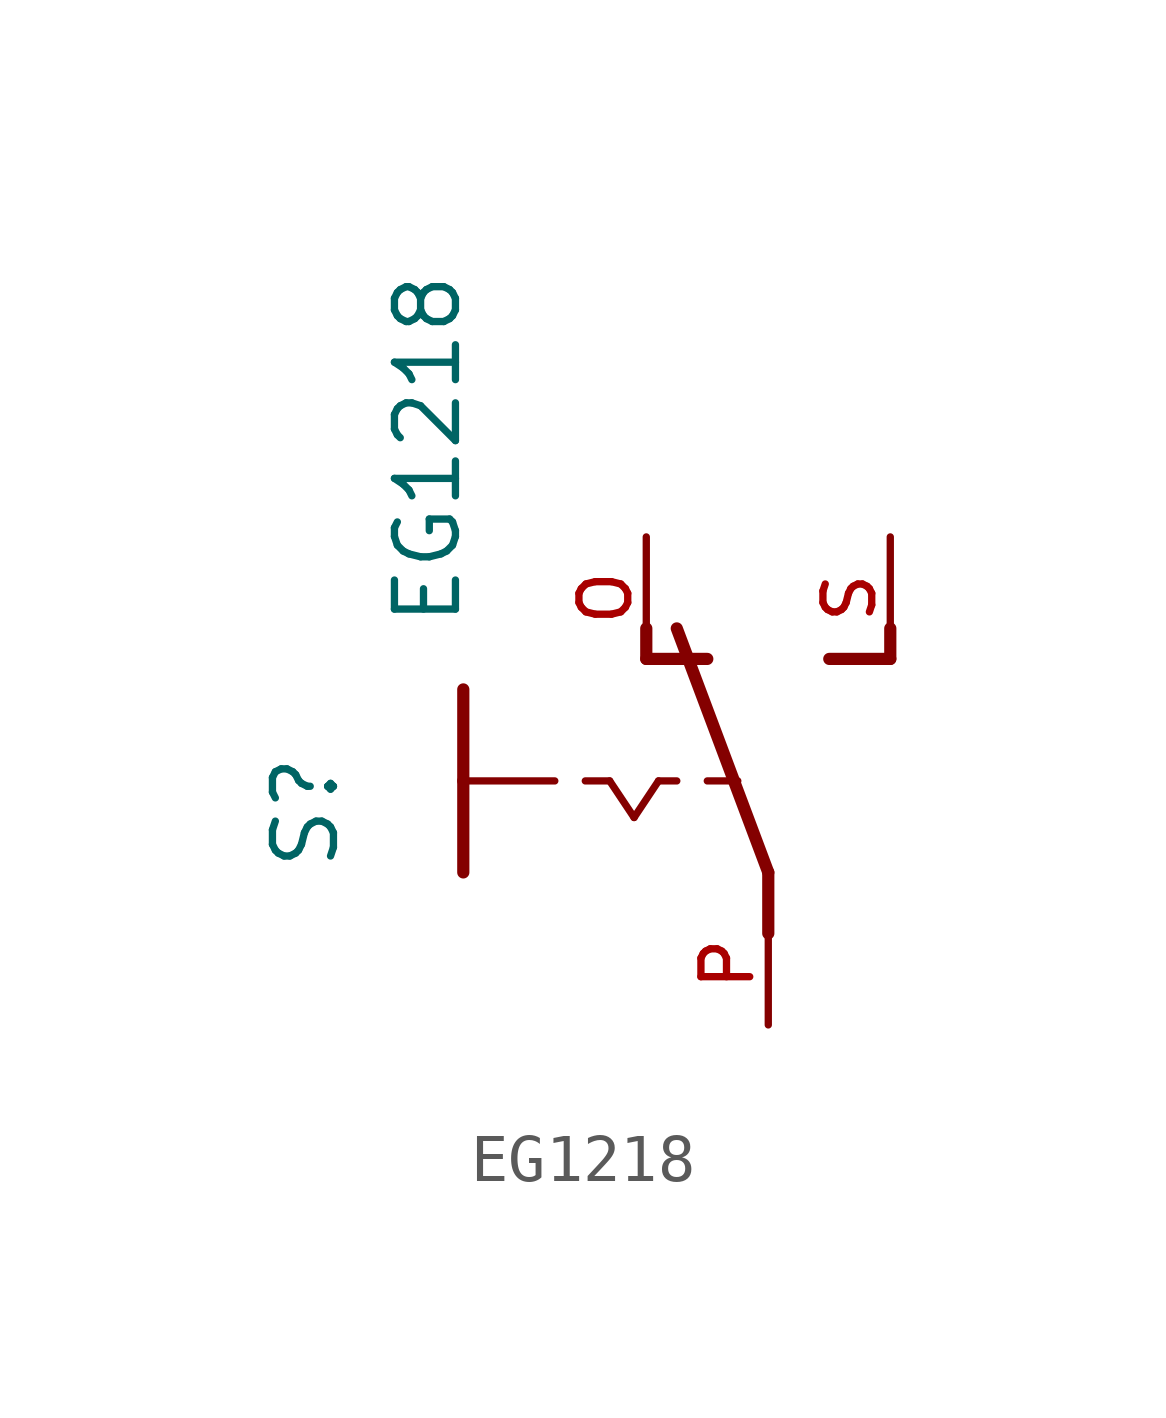
<source format=kicad_sym>
(kicad_symbol_lib
  (version 20211014)
  (generator kicad_symbol_editor)
  (symbol "EG1218"
    (pin_names
      (offset 1.016))
    (property "Reference" "S"
      (at -6.35 -1.905 90.0)
      (effects (font (size 1.27 1.27)) (justify bottom left)))
    (property "Value" "EG1218"
      (at -3.81 3.175 90.0)
      (effects (font (size 1.27 1.27)) (justify bottom left)))
    (symbol "EG1218_0_0"
      (polyline (pts (xy -3.81 1.905) (xy -3.81 0.0)) (stroke (width 0.254)))
      (polyline (pts (xy -3.81 0.0) (xy -1.905 0.0)) (stroke (width 0.152)))
      (polyline (pts (xy -3.81 0.0) (xy -3.81 -1.905)) (stroke (width 0.254)))
      (polyline (pts (xy -1.27 0.0) (xy -0.762 0.0)) (stroke (width 0.152)))
      (polyline (pts (xy 0.254 0.0) (xy 0.635 0.0)) (stroke (width 0.152)))
      (polyline (pts (xy 2.54 -3.175) (xy 2.54 -1.905)) (stroke (width 0.254)))
      (polyline (pts (xy 2.54 -1.905) (xy 0.635 3.175)) (stroke (width 0.254)))
      (polyline (pts (xy 3.81 2.54) (xy 5.08 2.54)) (stroke (width 0.254)))
      (polyline (pts (xy 5.08 2.54) (xy 5.08 3.175)) (stroke (width 0.254)))
      (polyline (pts (xy 0.0 2.54) (xy 1.27 2.54)) (stroke (width 0.254)))
      (polyline (pts (xy 0.0 2.54) (xy 0.0 3.175)) (stroke (width 0.254)))
      (polyline (pts (xy 1.27 0.0) (xy 1.905 0.0)) (stroke (width 0.152)))
      (polyline (pts (xy -0.762 0.0) (xy -0.254 -0.762)) (stroke (width 0.152)))
      (polyline (pts (xy -0.254 -0.762) (xy 0.254 0.0)) (stroke (width 0.152)))
      (pin passive line (at 2.54 -5.08 90.0) (length 2.54) (name "~" (effects (font (size 1.016 1.016)))) (number "P" (effects (font (size 1.016 1.016)))))
      (pin passive line (at 5.08 5.08 270.0) (length 2.54) (name "~" (effects (font (size 1.016 1.016)))) (number "S" (effects (font (size 1.016 1.016)))))
      (pin passive line (at 0.0 5.08 270.0) (length 2.54) (name "~" (effects (font (size 1.016 1.016)))) (number "O" (effects (font (size 1.016 1.016))))))))
</source>
